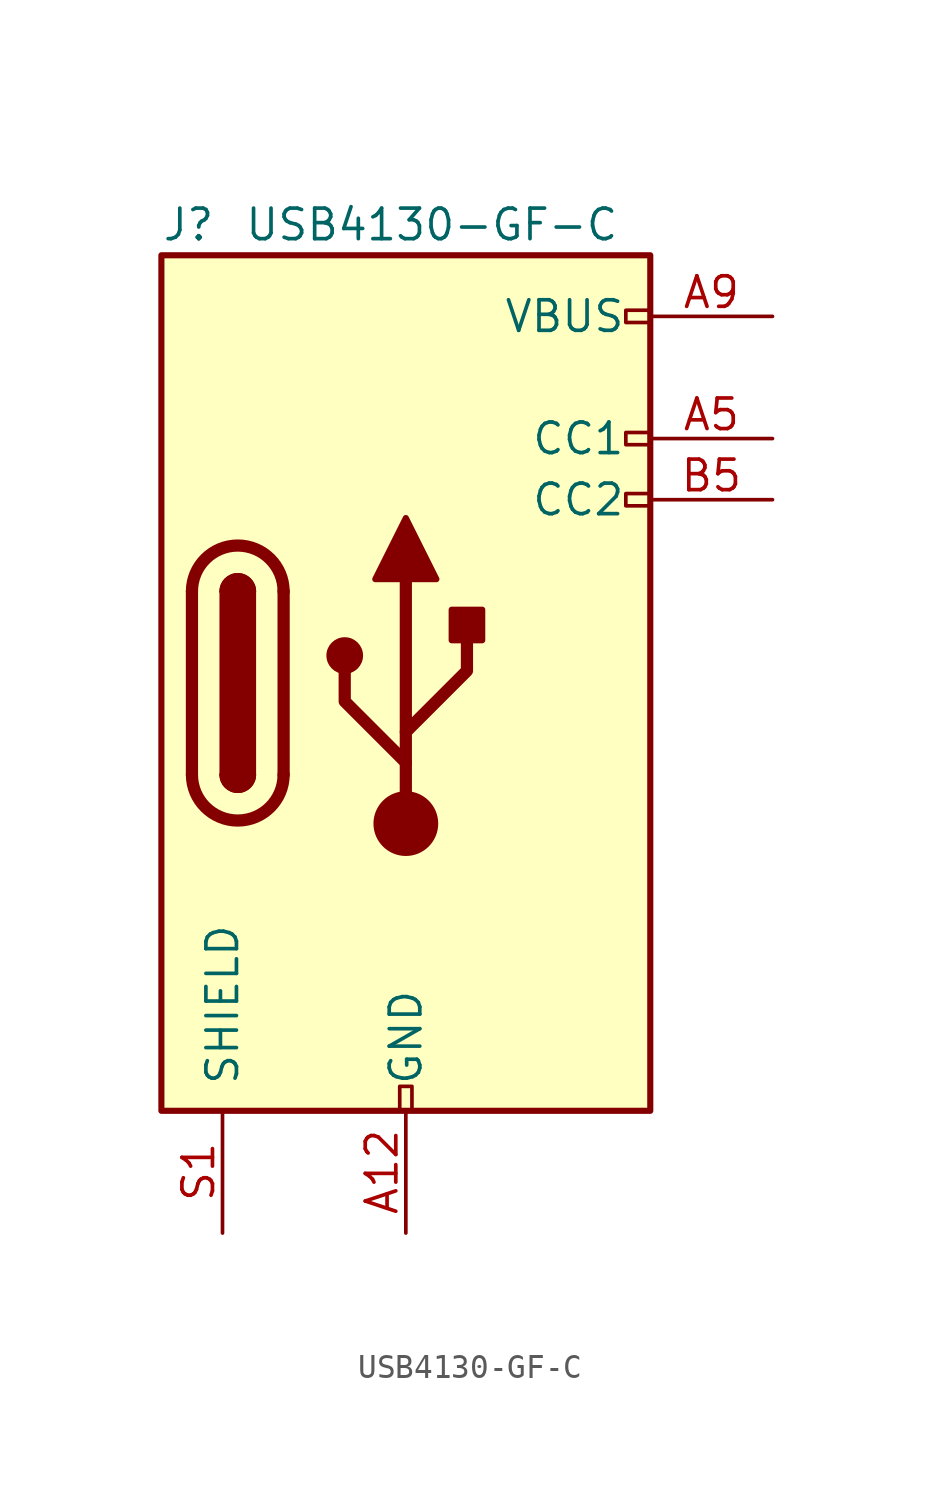
<source format=kicad_sym>
(kicad_symbol_lib
  (version 20211014)
  (generator kicad_symbol_editor)
  (symbol "USB4130-GF-C"
    (pin_names
      (offset 1.016))
    (property "Reference" "J"
      (at -10.16 19.05 0)
      (effects (font (size 1.27 1.27)) (justify left)))
    (property "Value" "USB4130-GF-C"
      (at 8.89 19.05 0)
      (effects (font (size 1.27 1.27)) (justify right)))
    (symbol "USB4130-GF-C_0_0"
      (rectangle (start -0.254 -17.78) (end 0.254 -16.764) (stroke (width 0) (type default) (color 0 0 0 0)) (fill (type none)))
      (rectangle (start 10.16 7.874) (end 9.144 7.366) (stroke (width 0) (type default) (color 0 0 0 0)) (fill (type none)))
      (rectangle (start 10.16 10.414) (end 9.144 9.906) (stroke (width 0) (type default) (color 0 0 0 0)) (fill (type none)))
      (rectangle (start 10.16 15.494) (end 9.144 14.986) (stroke (width 0) (type default) (color 0 0 0 0)) (fill (type none))))
    (symbol "USB4130-GF-C_0_1"
      (rectangle (start -10.16 17.78) (end 10.16 -17.78) (stroke (width 0.254) (type default) (color 0 0 0 0)) (fill (type background)))
      (arc (start -8.89 -3.81) (mid -6.985 -5.715) (end -5.08 -3.81) (stroke (width 0.508) (type default) (color 0 0 0 0)) (fill (type none)))
      (arc (start -7.62 -3.81) (mid -6.985 -4.445) (end -6.35 -3.81) (stroke (width 0.254) (type default) (color 0 0 0 0)) (fill (type none)))
      (arc (start -7.62 -3.81) (mid -6.985 -4.445) (end -6.35 -3.81) (stroke (width 0.254) (type default) (color 0 0 0 0)) (fill (type outline)))
      (rectangle (start -7.62 -3.81) (end -6.35 3.81) (stroke (width 0.254) (type default) (color 0 0 0 0)) (fill (type outline)))
      (arc (start -6.35 3.81) (mid -6.985 4.445) (end -7.62 3.81) (stroke (width 0.254) (type default) (color 0 0 0 0)) (fill (type none)))
      (arc (start -6.35 3.81) (mid -6.985 4.445) (end -7.62 3.81) (stroke (width 0.254) (type default) (color 0 0 0 0)) (fill (type outline)))
      (arc (start -5.08 3.81) (mid -6.985 5.715) (end -8.89 3.81) (stroke (width 0.508) (type default) (color 0 0 0 0)) (fill (type none)))
      (circle (center -2.54 1.143) (radius 0.635) (stroke (width 0.254) (type default) (color 0 0 0 0)) (fill (type outline)))
      (circle (center 0 -5.842) (radius 1.27) (stroke (width 0) (type default) (color 0 0 0 0)) (fill (type outline)))
      (polyline (pts (xy -8.89 -3.81) (xy -8.89 3.81)) (stroke (width 0.508) (type default) (color 0 0 0 0)) (fill (type none)))
      (polyline (pts (xy -5.08 3.81) (xy -5.08 -3.81)) (stroke (width 0.508) (type default) (color 0 0 0 0)) (fill (type none)))
      (polyline (pts (xy 0 -5.842) (xy 0 4.318)) (stroke (width 0.508) (type default) (color 0 0 0 0)) (fill (type none)))
      (polyline (pts (xy 0 -3.302) (xy -2.54 -0.762) (xy -2.54 0.508)) (stroke (width 0.508) (type default) (color 0 0 0 0)) (fill (type none)))
      (polyline (pts (xy 0 -2.032) (xy 2.54 0.508) (xy 2.54 1.778)) (stroke (width 0.508) (type default) (color 0 0 0 0)) (fill (type none)))
      (polyline (pts (xy -1.27 4.318) (xy 0 6.858) (xy 1.27 4.318) (xy -1.27 4.318)) (stroke (width 0.254) (type default) (color 0 0 0 0)) (fill (type outline)))
      (rectangle (start 1.905 1.778) (end 3.175 3.048) (stroke (width 0.254) (type default) (color 0 0 0 0)) (fill (type outline))))
    (symbol "USB4130-GF-C_1_1"
      (pin passive line (at 0 -22.86 90) (length 5.08) (name "GND" (effects (font (size 1.27 1.27)))) (number "A12" (effects (font (size 1.27 1.27)))))
      (pin bidirectional line (at 15.24 10.16 180) (length 5.08) (name "CC1" (effects (font (size 1.27 1.27)))) (number "A5" (effects (font (size 1.27 1.27)))))
      (pin passive line (at 15.24 15.24 180) (length 5.08) (name "VBUS" (effects (font (size 1.27 1.27)))) (number "A9" (effects (font (size 1.27 1.27)))))
      (pin passive line (at 0 -22.86 90) (length 5.08) hide (name "GND" (effects (font (size 1.27 1.27)))) (number "B12" (effects (font (size 1.27 1.27)))))
      (pin bidirectional line (at 15.24 7.62 180) (length 5.08) (name "CC2" (effects (font (size 1.27 1.27)))) (number "B5" (effects (font (size 1.27 1.27)))))
      (pin passive line (at 15.24 15.24 180) (length 5.08) hide (name "VBUS" (effects (font (size 1.27 1.27)))) (number "B9" (effects (font (size 1.27 1.27)))))
      (pin passive line (at -7.62 -22.86 90) (length 5.08) (name "SHIELD" (effects (font (size 1.27 1.27)))) (number "S1" (effects (font (size 1.27 1.27))))))))
</source>
